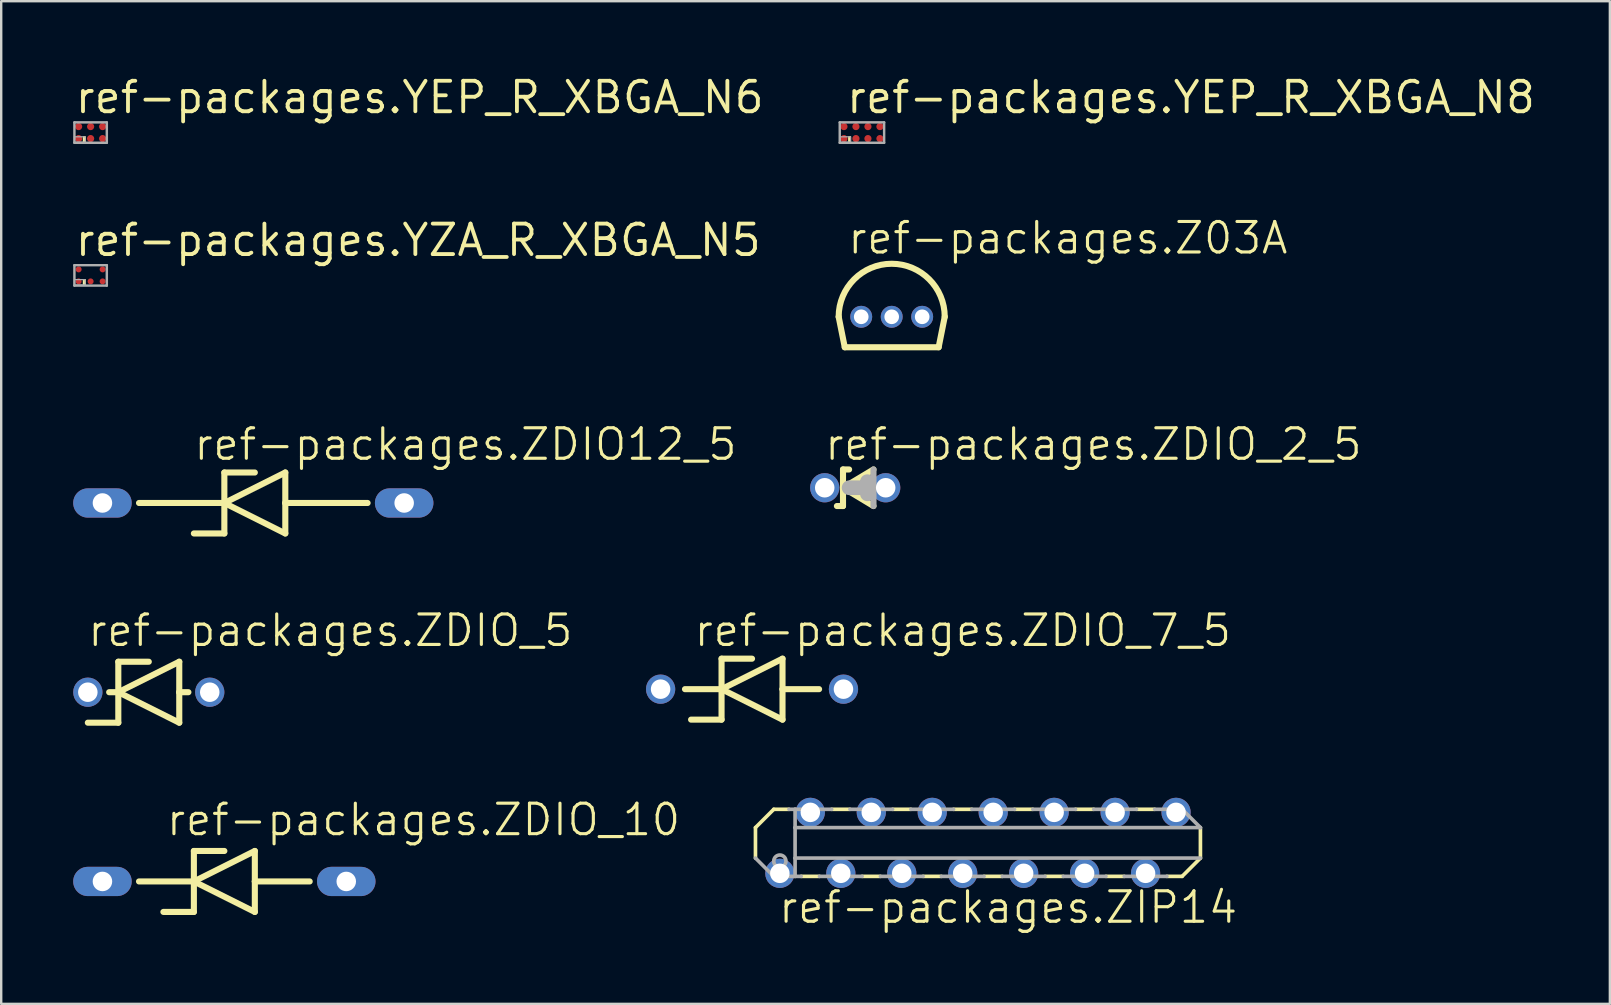
<source format=kicad_pcb>
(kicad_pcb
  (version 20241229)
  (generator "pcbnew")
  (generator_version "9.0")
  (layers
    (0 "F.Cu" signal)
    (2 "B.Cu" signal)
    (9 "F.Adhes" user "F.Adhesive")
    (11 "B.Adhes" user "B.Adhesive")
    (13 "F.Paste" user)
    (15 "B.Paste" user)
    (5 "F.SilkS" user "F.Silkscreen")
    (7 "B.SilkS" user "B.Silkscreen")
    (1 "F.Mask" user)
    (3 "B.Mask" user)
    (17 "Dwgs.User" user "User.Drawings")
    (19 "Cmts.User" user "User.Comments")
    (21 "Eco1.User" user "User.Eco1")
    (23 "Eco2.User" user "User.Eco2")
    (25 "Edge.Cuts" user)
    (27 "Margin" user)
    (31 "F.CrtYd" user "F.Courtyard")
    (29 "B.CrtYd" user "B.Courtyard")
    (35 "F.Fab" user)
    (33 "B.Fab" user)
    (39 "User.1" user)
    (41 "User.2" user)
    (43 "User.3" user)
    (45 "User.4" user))
  (footprint "ref-packages.YZA_R_XBGA_N5"
    (layer "F.Cu")
    (at 0.726 8.426)
    (property "Reference" "ref-packages.YZA_R_XBGA_N5" (at -0.725 -0.725 0) (layer "F.SilkS") (effects (font (size 1.27 1.27) (thickness 0.16)) (justify left bottom)))
    (attr smd)
    (fp_circle (center -0.5 -0.25) (end -0.325 -0.25) (stroke (width 0.1) (type default)) (fill no) (layer "F.Mask"))
    (fp_circle (center -0.5 0.25) (end -0.325 0.25) (stroke (width 0.1) (type default)) (fill no) (layer "F.Mask"))
    (fp_circle (center 0 0.25) (end 0.175 0.25) (stroke (width 0.1) (type default)) (fill no) (layer "F.Mask"))
    (fp_circle (center 0.5 -0.25) (end 0.675 -0.25) (stroke (width 0.1) (type default)) (fill no) (layer "F.Mask"))
    (fp_circle (center 0.5 0.25) (end 0.675 0.25) (stroke (width 0.1) (type default)) (fill no) (layer "F.Mask"))
    (fp_rect (start -0.3 0.375) (end -0.225 0.175) (stroke (width 0.05) (type default)) (fill yes) (layer "F.SilkS"))
    (fp_line (start -0.675 -0.425) (end 0.675 -0.425) (stroke (width 0.102) (type default)) (layer "F.Fab"))
    (fp_line (start -0.675 0.425) (end -0.675 -0.425) (stroke (width 0.102) (type default)) (layer "F.Fab"))
    (fp_line (start 0.675 -0.425) (end 0.675 0.425) (stroke (width 0.102) (type default)) (layer "F.Fab"))
    (fp_line (start 0.675 0.425) (end -0.675 0.425) (stroke (width 0.102) (type default)) (layer "F.Fab"))
    (fp_rect (start -0.675 0.4) (end -0.225 0.175) (stroke (width 0.05) (type default)) (fill no) (layer "F.Fab"))
    (pad "A1" smd roundrect (at -0.5 0.25) (size 0.25 0.25) (layers "F.Cu" "F.Mask" "F.Paste") (roundrect_rratio 0.5))
    (pad "A2" smd roundrect (at -0.5 -0.25) (size 0.25 0.25) (layers "F.Cu" "F.Mask" "F.Paste") (roundrect_rratio 0.5))
    (pad "B1" smd roundrect (at 0 0.25) (size 0.25 0.25) (layers "F.Cu" "F.Mask" "F.Paste") (roundrect_rratio 0.5))
    (pad "C1" smd roundrect (at 0.5 0.25) (size 0.25 0.25) (layers "F.Cu" "F.Mask" "F.Paste") (roundrect_rratio 0.5))
    (pad "C2" smd roundrect (at 0.5 -0.25) (size 0.25 0.25) (layers "F.Cu" "F.Mask" "F.Paste") (roundrect_rratio 0.5)))
  (footprint "ref-packages.ZDIO_10"
    (layer "F.Cu")
    (at 6.299 33.681)
    (property "Reference" "ref-packages.ZDIO_10" (at -2.489 -1.829 0) (layer "F.SilkS") (effects (font (size 1.27 1.27) (thickness 0.13)) (justify left bottom)))
    (attr through_hole)
    (fp_line (start -3.556 0) (end -1.27 0) (stroke (width 0.254) (type default)) (layer "F.SilkS"))
    (fp_line (start -1.27 -1.27) (end -1.27 0) (stroke (width 0.254) (type default)) (layer "F.SilkS"))
    (fp_line (start -1.27 0) (end -1.27 1.27) (stroke (width 0.254) (type default)) (layer "F.SilkS"))
    (fp_line (start -1.27 0) (end 1.27 -1.27) (stroke (width 0.254) (type default)) (layer "F.SilkS"))
    (fp_line (start -1.27 1.27) (end -2.54 1.27) (stroke (width 0.254) (type default)) (layer "F.SilkS"))
    (fp_line (start 0 -1.27) (end -1.27 -1.27) (stroke (width 0.254) (type default)) (layer "F.SilkS"))
    (fp_line (start 1.27 -1.27) (end 1.27 0) (stroke (width 0.254) (type default)) (layer "F.SilkS"))
    (fp_line (start 1.27 0) (end 1.27 1.27) (stroke (width 0.254) (type default)) (layer "F.SilkS"))
    (fp_line (start 1.27 0) (end 3.556 0) (stroke (width 0.254) (type default)) (layer "F.SilkS"))
    (fp_line (start 1.27 1.27) (end -1.27 0) (stroke (width 0.254) (type default)) (layer "F.SilkS"))
    (pad "A" thru_hole oval (at 5.08 0) (size 2.438 1.219) (drill 0.813) (layers "*.Cu" "*.Mask"))
    (pad "C" thru_hole oval (at -5.08 0) (size 2.438 1.219) (drill 0.813) (layers "*.Cu" "*.Mask")))
  (footprint "ref-packages.Z03A"
    (layer "F.Cu")
    (at 34.108 10.151)
    (property "Reference" "ref-packages.Z03A" (at -1.905 -2.54 0) (layer "F.SilkS") (effects (font (size 1.27 1.27) (thickness 0.13)) (justify left bottom)))
    (attr through_hole)
    (fp_line (start -2.21 0) (end -1.956 1.27) (stroke (width 0.254) (type default)) (layer "F.SilkS"))
    (fp_line (start -1.956 1.27) (end 1.956 1.27) (stroke (width 0.254) (type default)) (layer "F.SilkS"))
    (fp_line (start 1.956 1.27) (end 2.21 0) (stroke (width 0.254) (type default)) (layer "F.SilkS"))
    (fp_arc (start -2.2098 0) (mid 0 -2.2098) (end 2.2098 0) (stroke (width 0.254) (type default)) (layer "F.SilkS"))
    (pad "1" thru_hole circle (at -1.27 0) (size 0.914 0.914) (drill 0.61) (layers "*.Cu" "*.Mask"))
    (pad "2" thru_hole circle (at 0 0) (size 0.914 0.914) (drill 0.61) (layers "*.Cu" "*.Mask"))
    (pad "3" thru_hole circle (at 1.27 0) (size 0.914 0.914) (drill 0.61) (layers "*.Cu" "*.Mask")))
  (footprint "ref-packages.YEP_R_XBGA_N8"
    (layer "F.Cu")
    (at 32.868 2.475)
    (property "Reference" "ref-packages.YEP_R_XBGA_N8" (at -0.725 -0.725 0) (layer "F.SilkS") (effects (font (size 1.27 1.27) (thickness 0.16)) (justify left bottom)))
    (attr smd)
    (fp_circle (center -0.75 -0.25) (end -0.575 -0.25) (stroke (width 0.1) (type default)) (fill no) (layer "F.Mask"))
    (fp_circle (center -0.75 0.25) (end -0.575 0.25) (stroke (width 0.1) (type default)) (fill no) (layer "F.Mask"))
    (fp_circle (center -0.25 -0.25) (end -0.075 -0.25) (stroke (width 0.1) (type default)) (fill no) (layer "F.Mask"))
    (fp_circle (center -0.25 0.25) (end -0.075 0.25) (stroke (width 0.1) (type default)) (fill no) (layer "F.Mask"))
    (fp_circle (center 0.25 -0.25) (end 0.425 -0.25) (stroke (width 0.1) (type default)) (fill no) (layer "F.Mask"))
    (fp_circle (center 0.25 0.25) (end 0.425 0.25) (stroke (width 0.1) (type default)) (fill no) (layer "F.Mask"))
    (fp_circle (center 0.75 -0.25) (end 0.925 -0.25) (stroke (width 0.1) (type default)) (fill no) (layer "F.Mask"))
    (fp_circle (center 0.75 0.25) (end 0.925 0.25) (stroke (width 0.1) (type default)) (fill no) (layer "F.Mask"))
    (fp_rect (start -0.55 0.375) (end -0.475 0.175) (stroke (width 0.05) (type default)) (fill yes) (layer "F.SilkS"))
    (fp_line (start -0.925 -0.425) (end 0.925 -0.425) (stroke (width 0.102) (type default)) (layer "F.Fab"))
    (fp_line (start -0.925 0.425) (end -0.925 -0.425) (stroke (width 0.102) (type default)) (layer "F.Fab"))
    (fp_line (start 0.925 -0.425) (end 0.925 0.425) (stroke (width 0.102) (type default)) (layer "F.Fab"))
    (fp_line (start 0.925 0.425) (end -0.925 0.425) (stroke (width 0.102) (type default)) (layer "F.Fab"))
    (fp_rect (start -0.925 0.4) (end -0.475 0.175) (stroke (width 0.05) (type default)) (fill no) (layer "F.Fab"))
    (pad "A1" smd roundrect (at -0.75 0.25) (size 0.3 0.3) (layers "F.Cu" "F.Mask" "F.Paste") (roundrect_rratio 0.5))
    (pad "A2" smd roundrect (at -0.75 -0.25) (size 0.3 0.3) (layers "F.Cu" "F.Mask" "F.Paste") (roundrect_rratio 0.5))
    (pad "B1" smd roundrect (at -0.25 0.25) (size 0.3 0.3) (layers "F.Cu" "F.Mask" "F.Paste") (roundrect_rratio 0.5))
    (pad "B2" smd roundrect (at -0.25 -0.25) (size 0.3 0.3) (layers "F.Cu" "F.Mask" "F.Paste") (roundrect_rratio 0.5))
    (pad "C1" smd roundrect (at 0.25 0.25) (size 0.3 0.3) (layers "F.Cu" "F.Mask" "F.Paste") (roundrect_rratio 0.5))
    (pad "C2" smd roundrect (at 0.25 -0.25) (size 0.3 0.3) (layers "F.Cu" "F.Mask" "F.Paste") (roundrect_rratio 0.5))
    (pad "D1" smd roundrect (at 0.75 0.25) (size 0.3 0.3) (layers "F.Cu" "F.Mask" "F.Paste") (roundrect_rratio 0.5))
    (pad "D2" smd roundrect (at 0.75 -0.25) (size 0.3 0.3) (layers "F.Cu" "F.Mask" "F.Paste") (roundrect_rratio 0.5)))
  (footprint "ref-packages.ZDIO_2_5"
    (layer "F.Cu")
    (at 32.587 17.275)
    (property "Reference" "ref-packages.ZDIO_2_5" (at -1.346 -1.067 0) (layer "F.SilkS") (effects (font (size 1.27 1.27) (thickness 0.13)) (justify left bottom)))
    (attr through_hole)
    (fp_line (start -0.508 -0.762) (end -0.508 0) (stroke (width 0.254) (type default)) (layer "F.SilkS"))
    (fp_line (start -0.508 0) (end -0.508 0.762) (stroke (width 0.254) (type default)) (layer "F.SilkS"))
    (fp_line (start -0.508 0) (end 0.762 -0.762) (stroke (width 0.254) (type default)) (layer "F.SilkS"))
    (fp_line (start -0.508 0.762) (end -0.762 0.762) (stroke (width 0.254) (type default)) (layer "F.SilkS"))
    (fp_line (start -0.254 -0.762) (end -0.508 -0.762) (stroke (width 0.254) (type default)) (layer "F.SilkS"))
    (fp_line (start 0.762 0.762) (end -0.508 0) (stroke (width 0.254) (type default)) (layer "F.SilkS"))
    (fp_line (start 0.508 -0.254) (end 0.508 0) (stroke (width 0.61) (type default)) (layer "F.Fab"))
    (fp_line (start 0.508 0) (end -0.254 0) (stroke (width 0.61) (type default)) (layer "F.Fab"))
    (fp_line (start 0.508 0) (end 0.508 0.254) (stroke (width 0.61) (type default)) (layer "F.Fab"))
    (fp_line (start 0.762 -0.762) (end 0.762 0.762) (stroke (width 0.254) (type default)) (layer "F.Fab"))
    (pad "A" thru_hole circle (at 1.27 0) (size 1.219 1.219) (drill 0.813) (layers "*.Cu" "*.Mask"))
    (pad "C" thru_hole circle (at -1.27 0) (size 1.219 1.219) (drill 0.813) (layers "*.Cu" "*.Mask")))
  (footprint "ref-packages.ZIP14"
    (layer "F.Cu")
    (at 38.337 32.072)
    (property "Reference" "ref-packages.ZIP14" (at -9.017 3.429 0) (layer "F.SilkS") (effects (font (size 1.27 1.27) (thickness 0.13)) (justify left bottom)))
    (attr through_hole)
    (fp_line (start -9.906 -0.635) (end -9.906 0.635) (stroke (width 0.152) (type default)) (layer "F.SilkS"))
    (fp_line (start -9.144 -1.397) (end -9.906 -0.635) (stroke (width 0.152) (type default)) (layer "F.SilkS"))
    (fp_line (start -8.509 -1.397) (end -9.144 -1.397) (stroke (width 0.152) (type default)) (layer "F.SilkS"))
    (fp_line (start -7.239 1.397) (end -8.001 1.397) (stroke (width 0.152) (type default)) (layer "F.SilkS"))
    (fp_line (start -5.969 -1.397) (end -6.731 -1.397) (stroke (width 0.152) (type default)) (layer "F.SilkS"))
    (fp_line (start -4.699 1.397) (end -5.461 1.397) (stroke (width 0.152) (type default)) (layer "F.SilkS"))
    (fp_line (start -3.429 -1.397) (end -4.191 -1.397) (stroke (width 0.152) (type default)) (layer "F.SilkS"))
    (fp_line (start -2.159 1.397) (end -2.921 1.397) (stroke (width 0.152) (type default)) (layer "F.SilkS"))
    (fp_line (start -0.889 -1.397) (end -1.651 -1.397) (stroke (width 0.152) (type default)) (layer "F.SilkS"))
    (fp_line (start 0.381 1.397) (end -0.381 1.397) (stroke (width 0.152) (type default)) (layer "F.SilkS"))
    (fp_line (start 1.651 -1.397) (end 0.889 -1.397) (stroke (width 0.152) (type default)) (layer "F.SilkS"))
    (fp_line (start 2.921 1.397) (end 2.159 1.397) (stroke (width 0.152) (type default)) (layer "F.SilkS"))
    (fp_line (start 4.191 -1.397) (end 3.429 -1.397) (stroke (width 0.152) (type default)) (layer "F.SilkS"))
    (fp_line (start 5.461 1.397) (end 4.699 1.397) (stroke (width 0.152) (type default)) (layer "F.SilkS"))
    (fp_line (start 6.731 -1.397) (end 5.969 -1.397) (stroke (width 0.152) (type default)) (layer "F.SilkS"))
    (fp_line (start 7.874 1.397) (end 7.239 1.397) (stroke (width 0.152) (type default)) (layer "F.SilkS"))
    (fp_line (start 7.874 1.397) (end 8.636 0.635) (stroke (width 0.152) (type default)) (layer "F.SilkS"))
    (fp_line (start 8.636 0.635) (end 8.636 -0.635) (stroke (width 0.152) (type default)) (layer "F.SilkS"))
    (fp_line (start -9.906 0.635) (end -9.144 1.397) (stroke (width 0.152) (type default)) (layer "F.Fab"))
    (fp_line (start -8.255 -1.397) (end -8.509 -1.397) (stroke (width 0.152) (type default)) (layer "F.Fab"))
    (fp_line (start -8.255 -0.635) (end -8.255 -1.397) (stroke (width 0.152) (type default)) (layer "F.Fab"))
    (fp_line (start -8.255 0.635) (end -8.255 -0.635) (stroke (width 0.152) (type default)) (layer "F.Fab"))
    (fp_line (start -8.255 1.397) (end -9.144 1.397) (stroke (width 0.152) (type default)) (layer "F.Fab"))
    (fp_line (start -8.255 1.397) (end -8.255 0.635) (stroke (width 0.152) (type default)) (layer "F.Fab"))
    (fp_line (start -8.001 1.397) (end -8.255 1.397) (stroke (width 0.152) (type default)) (layer "F.Fab"))
    (fp_line (start -6.731 -1.397) (end -8.255 -1.397) (stroke (width 0.152) (type default)) (layer "F.Fab"))
    (fp_line (start -5.461 1.397) (end -7.239 1.397) (stroke (width 0.152) (type default)) (layer "F.Fab"))
    (fp_line (start -4.191 -1.397) (end -5.969 -1.397) (stroke (width 0.152) (type default)) (layer "F.Fab"))
    (fp_line (start -2.921 1.397) (end -4.699 1.397) (stroke (width 0.152) (type default)) (layer "F.Fab"))
    (fp_line (start -1.651 -1.397) (end -3.429 -1.397) (stroke (width 0.152) (type default)) (layer "F.Fab"))
    (fp_line (start -0.381 1.397) (end -2.159 1.397) (stroke (width 0.152) (type default)) (layer "F.Fab"))
    (fp_line (start 0.889 -1.397) (end -0.889 -1.397) (stroke (width 0.152) (type default)) (layer "F.Fab"))
    (fp_line (start 2.159 1.397) (end 0.381 1.397) (stroke (width 0.152) (type default)) (layer "F.Fab"))
    (fp_line (start 3.429 -1.397) (end 1.651 -1.397) (stroke (width 0.152) (type default)) (layer "F.Fab"))
    (fp_line (start 4.699 1.397) (end 2.921 1.397) (stroke (width 0.152) (type default)) (layer "F.Fab"))
    (fp_line (start 5.969 -1.397) (end 4.191 -1.397) (stroke (width 0.152) (type default)) (layer "F.Fab"))
    (fp_line (start 7.239 1.397) (end 5.461 1.397) (stroke (width 0.152) (type default)) (layer "F.Fab"))
    (fp_line (start 7.874 -1.397) (end 6.731 -1.397) (stroke (width 0.152) (type default)) (layer "F.Fab"))
    (fp_line (start 8.636 -0.635) (end -8.255 -0.635) (stroke (width 0.152) (type default)) (layer "F.Fab"))
    (fp_line (start 8.636 -0.635) (end 7.874 -1.397) (stroke (width 0.152) (type default)) (layer "F.Fab"))
    (fp_line (start 8.636 0.635) (end -8.255 0.635) (stroke (width 0.152) (type default)) (layer "F.Fab"))
    (fp_circle (center -8.89 0.762) (end -8.636 0.762) (stroke (width 0.152) (type default)) (fill no) (layer "F.Fab"))
    (pad "1" thru_hole circle (at -8.89 1.27) (size 1.219 1.219) (drill 0.813) (layers "*.Cu" "*.Mask"))
    (pad "2" thru_hole circle (at -7.62 -1.27) (size 1.219 1.219) (drill 0.813) (layers "*.Cu" "*.Mask"))
    (pad "3" thru_hole circle (at -6.35 1.27) (size 1.219 1.219) (drill 0.813) (layers "*.Cu" "*.Mask"))
    (pad "4" thru_hole circle (at -5.08 -1.27) (size 1.219 1.219) (drill 0.813) (layers "*.Cu" "*.Mask"))
    (pad "5" thru_hole circle (at -3.81 1.27) (size 1.219 1.219) (drill 0.813) (layers "*.Cu" "*.Mask"))
    (pad "6" thru_hole circle (at -2.54 -1.27) (size 1.219 1.219) (drill 0.813) (layers "*.Cu" "*.Mask"))
    (pad "7" thru_hole circle (at -1.27 1.27) (size 1.219 1.219) (drill 0.813) (layers "*.Cu" "*.Mask"))
    (pad "8" thru_hole circle (at 0 -1.27) (size 1.219 1.219) (drill 0.813) (layers "*.Cu" "*.Mask"))
    (pad "9" thru_hole circle (at 1.27 1.27) (size 1.219 1.219) (drill 0.813) (layers "*.Cu" "*.Mask"))
    (pad "10" thru_hole circle (at 2.54 -1.27) (size 1.219 1.219) (drill 0.813) (layers "*.Cu" "*.Mask"))
    (pad "11" thru_hole circle (at 3.81 1.27) (size 1.219 1.219) (drill 0.813) (layers "*.Cu" "*.Mask"))
    (pad "12" thru_hole circle (at 5.08 -1.27) (size 1.219 1.219) (drill 0.813) (layers "*.Cu" "*.Mask"))
    (pad "13" thru_hole circle (at 6.35 1.27) (size 1.219 1.219) (drill 0.813) (layers "*.Cu" "*.Mask"))
    (pad "14" thru_hole circle (at 7.62 -1.27) (size 1.219 1.219) (drill 0.813) (layers "*.Cu" "*.Mask")))
  (footprint "ref-packages.ZDIO_5"
    (layer "F.Cu")
    (at 3.15 25.795)
    (property "Reference" "ref-packages.ZDIO_5" (at -2.616 -1.829 0) (layer "F.SilkS") (effects (font (size 1.27 1.27) (thickness 0.13)) (justify left bottom)))
    (attr through_hole)
    (fp_line (start -1.651 0) (end -1.27 0) (stroke (width 0.254) (type default)) (layer "F.SilkS"))
    (fp_line (start -1.27 -1.27) (end -1.27 0) (stroke (width 0.254) (type default)) (layer "F.SilkS"))
    (fp_line (start -1.27 0) (end -1.27 1.27) (stroke (width 0.254) (type default)) (layer "F.SilkS"))
    (fp_line (start -1.27 0) (end 1.27 -1.27) (stroke (width 0.254) (type default)) (layer "F.SilkS"))
    (fp_line (start -1.27 1.27) (end -2.54 1.27) (stroke (width 0.254) (type default)) (layer "F.SilkS"))
    (fp_line (start 0 -1.27) (end -1.27 -1.27) (stroke (width 0.254) (type default)) (layer "F.SilkS"))
    (fp_line (start 1.27 -1.27) (end 1.27 0) (stroke (width 0.254) (type default)) (layer "F.SilkS"))
    (fp_line (start 1.27 0) (end 1.27 1.27) (stroke (width 0.254) (type default)) (layer "F.SilkS"))
    (fp_line (start 1.27 0) (end 1.651 0) (stroke (width 0.254) (type default)) (layer "F.SilkS"))
    (fp_line (start 1.27 1.27) (end -1.27 0) (stroke (width 0.254) (type default)) (layer "F.SilkS"))
    (pad "A" thru_hole circle (at 2.54 0) (size 1.219 1.219) (drill 0.813) (layers "*.Cu" "*.Mask"))
    (pad "C" thru_hole circle (at -2.54 0) (size 1.219 1.219) (drill 0.813) (layers "*.Cu" "*.Mask")))
  (footprint "ref-packages.YEP_R_XBGA_N6"
    (layer "F.Cu")
    (at 0.726 2.475)
    (property "Reference" "ref-packages.YEP_R_XBGA_N6" (at -0.725 -0.725 0) (layer "F.SilkS") (effects (font (size 1.27 1.27) (thickness 0.16)) (justify left bottom)))
    (attr smd)
    (fp_circle (center -0.5 -0.25) (end -0.325 -0.25) (stroke (width 0.1) (type default)) (fill no) (layer "F.Mask"))
    (fp_circle (center -0.5 0.25) (end -0.325 0.25) (stroke (width 0.1) (type default)) (fill no) (layer "F.Mask"))
    (fp_circle (center 0 -0.25) (end 0.175 -0.25) (stroke (width 0.1) (type default)) (fill no) (layer "F.Mask"))
    (fp_circle (center 0 0.25) (end 0.175 0.25) (stroke (width 0.1) (type default)) (fill no) (layer "F.Mask"))
    (fp_circle (center 0.5 -0.25) (end 0.675 -0.25) (stroke (width 0.1) (type default)) (fill no) (layer "F.Mask"))
    (fp_circle (center 0.5 0.25) (end 0.675 0.25) (stroke (width 0.1) (type default)) (fill no) (layer "F.Mask"))
    (fp_rect (start -0.3 0.375) (end -0.225 0.175) (stroke (width 0.05) (type default)) (fill yes) (layer "F.SilkS"))
    (fp_line (start -0.675 -0.425) (end 0.675 -0.425) (stroke (width 0.102) (type default)) (layer "F.Fab"))
    (fp_line (start -0.675 0.425) (end -0.675 -0.425) (stroke (width 0.102) (type default)) (layer "F.Fab"))
    (fp_line (start 0.675 -0.425) (end 0.675 0.425) (stroke (width 0.102) (type default)) (layer "F.Fab"))
    (fp_line (start 0.675 0.425) (end -0.675 0.425) (stroke (width 0.102) (type default)) (layer "F.Fab"))
    (fp_rect (start -0.675 0.4) (end -0.225 0.175) (stroke (width 0.05) (type default)) (fill no) (layer "F.Fab"))
    (pad "A1" smd roundrect (at -0.5 0.25) (size 0.3 0.3) (layers "F.Cu" "F.Mask" "F.Paste") (roundrect_rratio 0.5))
    (pad "A2" smd roundrect (at -0.5 -0.25) (size 0.3 0.3) (layers "F.Cu" "F.Mask" "F.Paste") (roundrect_rratio 0.5))
    (pad "B1" smd roundrect (at 0 0.25) (size 0.3 0.3) (layers "F.Cu" "F.Mask" "F.Paste") (roundrect_rratio 0.5))
    (pad "B2" smd roundrect (at 0 -0.25) (size 0.3 0.3) (layers "F.Cu" "F.Mask" "F.Paste") (roundrect_rratio 0.5))
    (pad "C1" smd roundrect (at 0.5 0.25) (size 0.3 0.3) (layers "F.Cu" "F.Mask" "F.Paste") (roundrect_rratio 0.5))
    (pad "C2" smd roundrect (at 0.5 -0.25) (size 0.3 0.3) (layers "F.Cu" "F.Mask" "F.Paste") (roundrect_rratio 0.5)))
  (footprint "ref-packages.ZDIO_7_5"
    (layer "F.Cu")
    (at 28.288 25.668)
    (property "Reference" "ref-packages.ZDIO_7_5" (at -2.489 -1.702 0) (layer "F.SilkS") (effects (font (size 1.27 1.27) (thickness 0.13)) (justify left bottom)))
    (attr through_hole)
    (fp_line (start -2.794 0) (end -1.27 0) (stroke (width 0.254) (type default)) (layer "F.SilkS"))
    (fp_line (start -1.27 -1.27) (end -1.27 0) (stroke (width 0.254) (type default)) (layer "F.SilkS"))
    (fp_line (start -1.27 0) (end -1.27 1.27) (stroke (width 0.254) (type default)) (layer "F.SilkS"))
    (fp_line (start -1.27 0) (end 1.27 -1.27) (stroke (width 0.254) (type default)) (layer "F.SilkS"))
    (fp_line (start -1.27 1.27) (end -2.54 1.27) (stroke (width 0.254) (type default)) (layer "F.SilkS"))
    (fp_line (start 0 -1.27) (end -1.27 -1.27) (stroke (width 0.254) (type default)) (layer "F.SilkS"))
    (fp_line (start 1.27 -1.27) (end 1.27 0) (stroke (width 0.254) (type default)) (layer "F.SilkS"))
    (fp_line (start 1.27 0) (end 1.27 1.27) (stroke (width 0.254) (type default)) (layer "F.SilkS"))
    (fp_line (start 1.27 0) (end 2.794 0) (stroke (width 0.254) (type default)) (layer "F.SilkS"))
    (fp_line (start 1.27 1.27) (end -1.27 0) (stroke (width 0.254) (type default)) (layer "F.SilkS"))
    (pad "A" thru_hole circle (at 3.81 0) (size 1.219 1.219) (drill 0.813) (layers "*.Cu" "*.Mask"))
    (pad "C" thru_hole circle (at -3.81 0) (size 1.219 1.219) (drill 0.813) (layers "*.Cu" "*.Mask")))
  (footprint "ref-packages.ZDIO12_5"
    (layer "F.Cu")
    (at 7.569 17.91)
    (property "Reference" "ref-packages.ZDIO12_5" (at -2.616 -1.702 0) (layer "F.SilkS") (effects (font (size 1.27 1.27) (thickness 0.13)) (justify left bottom)))
    (attr through_hole)
    (fp_line (start -4.826 0) (end -1.27 0) (stroke (width 0.254) (type default)) (layer "F.SilkS"))
    (fp_line (start -1.27 -1.27) (end -1.27 0) (stroke (width 0.254) (type default)) (layer "F.SilkS"))
    (fp_line (start -1.27 0) (end -1.27 1.27) (stroke (width 0.254) (type default)) (layer "F.SilkS"))
    (fp_line (start -1.27 0) (end 1.27 -1.27) (stroke (width 0.254) (type default)) (layer "F.SilkS"))
    (fp_line (start -1.27 1.27) (end -2.54 1.27) (stroke (width 0.254) (type default)) (layer "F.SilkS"))
    (fp_line (start 0 -1.27) (end -1.27 -1.27) (stroke (width 0.254) (type default)) (layer "F.SilkS"))
    (fp_line (start 1.27 -1.27) (end 1.27 0) (stroke (width 0.254) (type default)) (layer "F.SilkS"))
    (fp_line (start 1.27 0) (end 1.27 1.27) (stroke (width 0.254) (type default)) (layer "F.SilkS"))
    (fp_line (start 1.27 0) (end 4.699 0) (stroke (width 0.254) (type default)) (layer "F.SilkS"))
    (fp_line (start 1.27 1.27) (end -1.27 0) (stroke (width 0.254) (type default)) (layer "F.SilkS"))
    (pad "A" thru_hole oval (at 6.223 0) (size 2.438 1.219) (drill 0.813) (layers "*.Cu" "*.Mask"))
    (pad "C" thru_hole oval (at -6.35 0) (size 2.438 1.219) (drill 0.813) (layers "*.Cu" "*.Mask")))
  (gr_rect
    (start -3 -3)
    (end 64.035 38.783)
    (stroke (width 0.1) (type default))
    (fill no)
    (layer "Edge.Cuts")))
</source>
